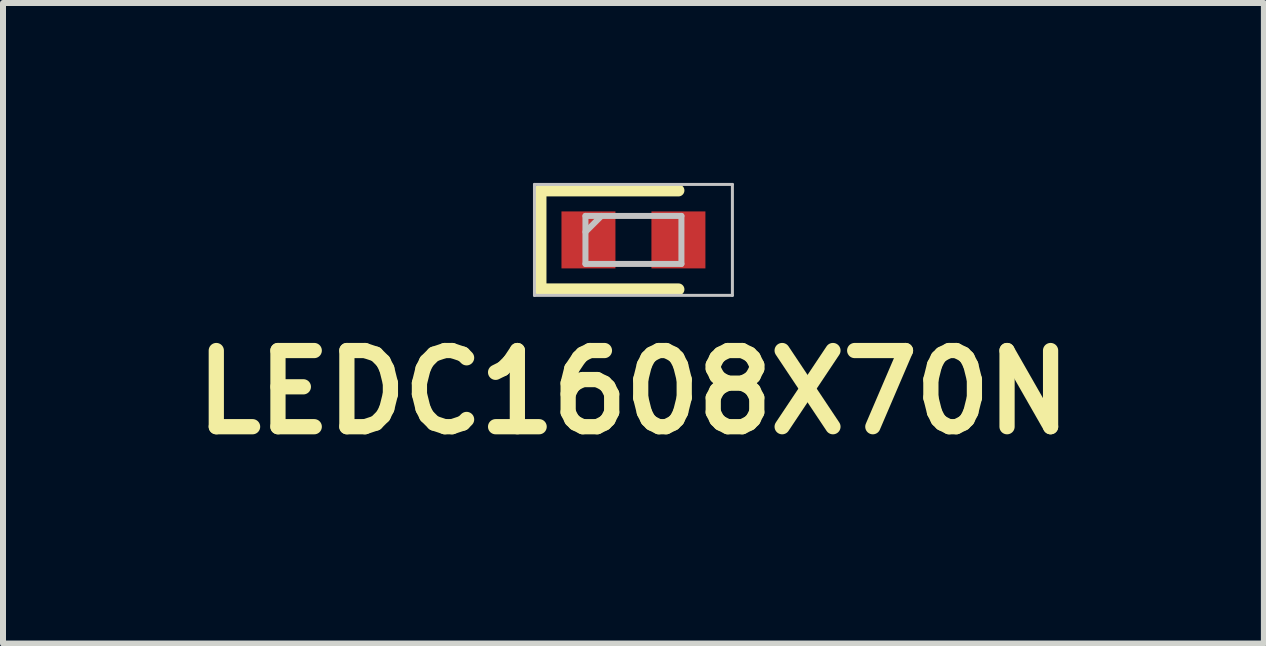
<source format=kicad_pcb>
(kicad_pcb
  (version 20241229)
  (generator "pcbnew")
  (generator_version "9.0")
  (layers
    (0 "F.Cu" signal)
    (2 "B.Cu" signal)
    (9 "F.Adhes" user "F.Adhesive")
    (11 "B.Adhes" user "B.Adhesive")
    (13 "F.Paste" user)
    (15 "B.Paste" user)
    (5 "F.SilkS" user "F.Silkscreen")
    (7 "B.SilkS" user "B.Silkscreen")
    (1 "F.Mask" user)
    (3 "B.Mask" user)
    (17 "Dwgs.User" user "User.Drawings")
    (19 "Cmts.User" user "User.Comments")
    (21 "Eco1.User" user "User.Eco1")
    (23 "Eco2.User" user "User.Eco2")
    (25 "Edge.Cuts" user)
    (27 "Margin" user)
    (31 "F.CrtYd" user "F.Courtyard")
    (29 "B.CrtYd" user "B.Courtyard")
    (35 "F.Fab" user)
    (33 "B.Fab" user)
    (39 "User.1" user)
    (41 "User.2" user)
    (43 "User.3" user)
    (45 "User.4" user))
  (footprint "LEDC1608X70N"
    (layer "F.Cu")
    (at 7.511 0.95)
    (property "Reference" "LEDC1608X70N" (at 0 2.54 0) (unlocked yes) (layer "F.SilkS") (effects (font (size 1.27 1.27) (thickness 0.254))))
    (attr smd)
    (fp_line (start -1.55 -0.825) (end -1.55 0.825) (stroke (width 0.2) (type solid)) (layer "F.SilkS"))
    (fp_line (start -1.55 0.825) (end 0.75 0.825) (stroke (width 0.2) (type solid)) (layer "F.SilkS"))
    (fp_line (start 0.75 -0.825) (end -1.55 -0.825) (stroke (width 0.2) (type solid)) (layer "F.SilkS"))
    (fp_line (start -1.65 -0.925) (end 1.65 -0.925) (stroke (width 0.05) (type solid)) (layer "Dwgs.User"))
    (fp_line (start -1.65 0.925) (end -1.65 -0.925) (stroke (width 0.05) (type solid)) (layer "Dwgs.User"))
    (fp_line (start -0.8 -0.4) (end 0.8 -0.4) (stroke (width 0.1) (type solid)) (layer "Dwgs.User"))
    (fp_line (start -0.8 -0.133) (end -0.533 -0.4) (stroke (width 0.1) (type solid)) (layer "Dwgs.User"))
    (fp_line (start -0.8 0.4) (end -0.8 -0.4) (stroke (width 0.1) (type solid)) (layer "Dwgs.User"))
    (fp_line (start 0.8 -0.4) (end 0.8 0.4) (stroke (width 0.1) (type solid)) (layer "Dwgs.User"))
    (fp_line (start 0.8 0.4) (end -0.8 0.4) (stroke (width 0.1) (type solid)) (layer "Dwgs.User"))
    (fp_line (start 1.65 -0.925) (end 1.65 0.925) (stroke (width 0.05) (type solid)) (layer "Dwgs.User"))
    (fp_line (start 1.65 0.925) (end -1.65 0.925) (stroke (width 0.05) (type solid)) (layer "Dwgs.User"))
    (pad "1" smd rect (at -0.75 0) (size 0.9 0.95) (layers "F.Cu" "F.Mask" "F.Paste"))
    (pad "2" smd rect (at 0.75 0) (size 0.9 0.95) (layers "F.Cu" "F.Mask" "F.Paste")))
  (gr_rect
    (start -3 -3)
    (end 18.022 7.679)
    (stroke (width 0.1) (type default))
    (fill no)
    (layer "Edge.Cuts")))
</source>
